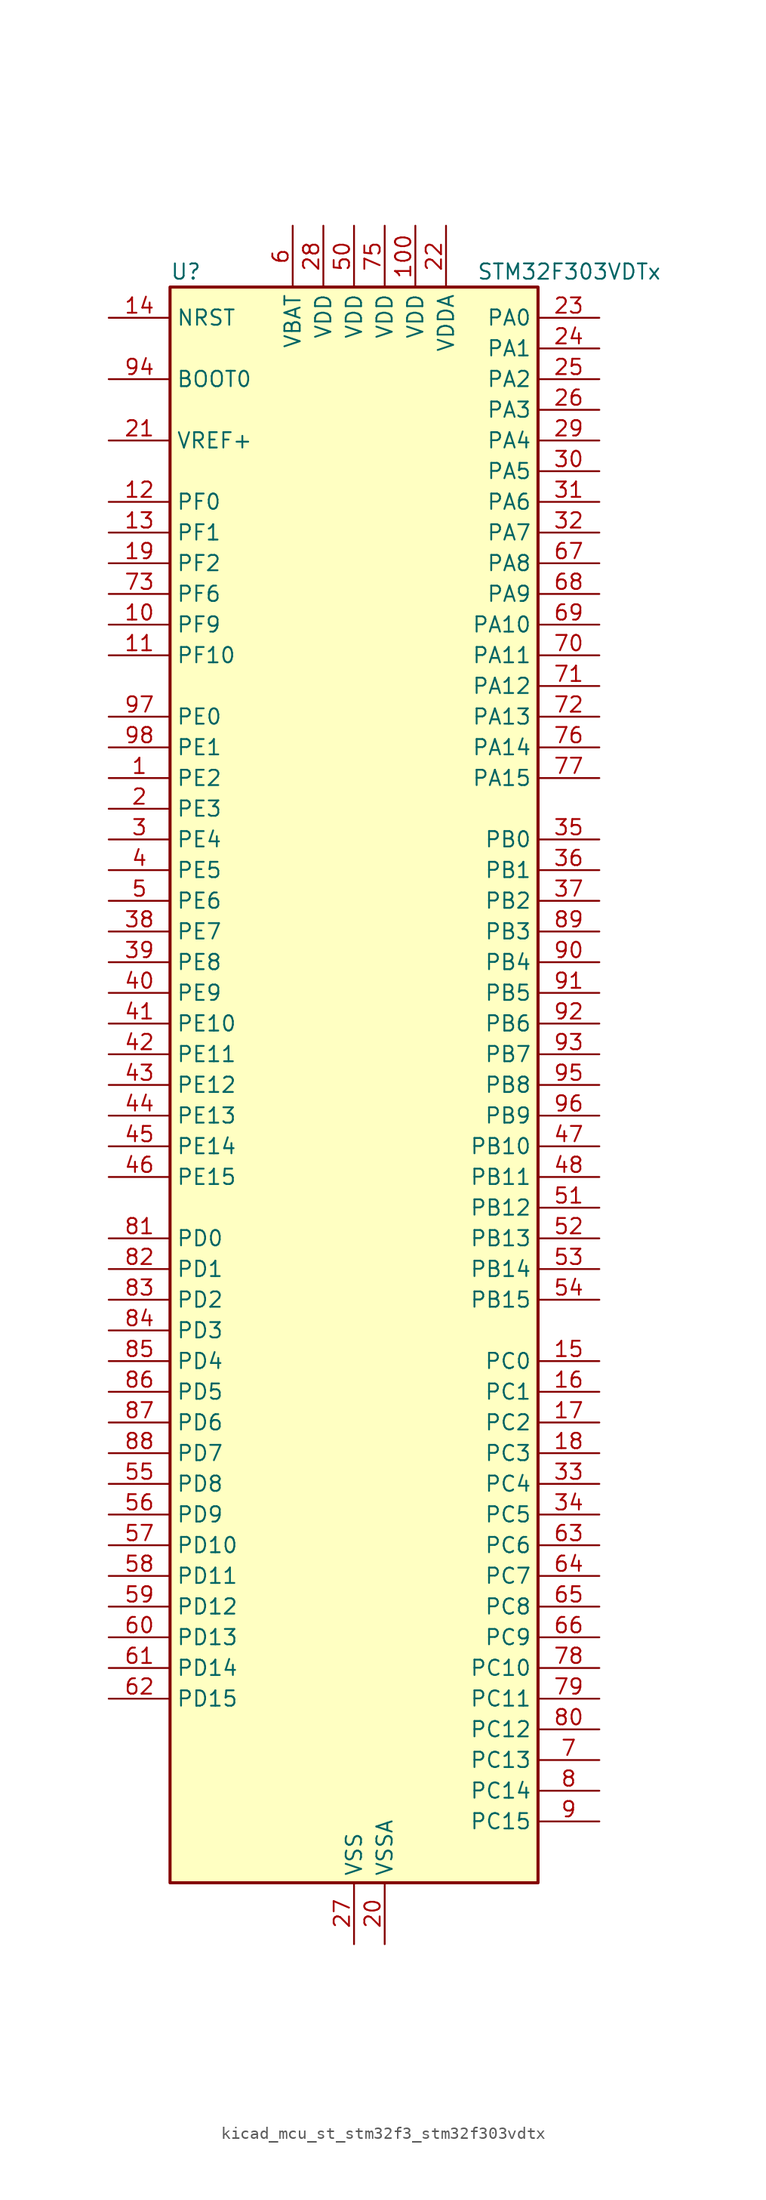
<source format=kicad_sym>
(kicad_symbol_lib
  (version 20220914)
  (generator kicad_symbol_editor)
  (symbol "kicad_mcu_st_stm32f3_stm32f303vdtx"
    (property "Reference" "U"
      (at -15.24 67.31 0)
      (effects (font (size 1.27 1.27)) (justify left)))
    (property "Value" "STM32F303VDTx"
      (at 10.16 67.31 0)
      (effects (font (size 1.27 1.27)) (justify left)))
    (property "ki_locked" ""
      (at 0 0 0)
      (effects (font (size 1.27 1.27))))
    (symbol "kicad_mcu_st_stm32f3_stm32f303vdtx_0_1"
      (rectangle (start -15.24 -66.04) (end 15.24 66.04) (stroke (width 0.254) (type default)) (fill (type background))))
    (symbol "kicad_mcu_st_stm32f3_stm32f303vdtx_1_1"
      (pin bidirectional line (at -20.32 25.4 0) (length 5.08) (name "PE2" (effects (font (size 1.27 1.27)))) (number "1" (effects (font (size 1.27 1.27)))) (alternate "ADC3_EXTI2" bidirectional line) (alternate "ADC4_EXTI2" bidirectional line) (alternate "FMC_A23" bidirectional line) (alternate "SPI4_SCK" bidirectional line) (alternate "SYS_TRACECK" bidirectional line) (alternate "TIM20_CH1" bidirectional line) (alternate "TIM3_CH1" bidirectional line) (alternate "TSC_G7_IO1" bidirectional line))
      (pin bidirectional line (at -20.32 38.1 0) (length 5.08) (name "PF9" (effects (font (size 1.27 1.27)))) (number "10" (effects (font (size 1.27 1.27)))) (alternate "DAC1_EXTI9" bidirectional line) (alternate "FMC_CD" bidirectional line) (alternate "SPI2_SCK" bidirectional line) (alternate "TIM15_CH1" bidirectional line) (alternate "TIM20_BKIN" bidirectional line))
      (pin power_in line (at 5.08 71.12 270) (length 5.08) (name "VDD" (effects (font (size 1.27 1.27)))) (number "100" (effects (font (size 1.27 1.27)))))
      (pin bidirectional line (at -20.32 35.56 0) (length 5.08) (name "PF10" (effects (font (size 1.27 1.27)))) (number "11" (effects (font (size 1.27 1.27)))) (alternate "FMC_INTR" bidirectional line) (alternate "SPI2_SCK" bidirectional line) (alternate "TIM15_CH2" bidirectional line) (alternate "TIM20_BKIN2" bidirectional line))
      (pin bidirectional line (at -20.32 48.26 0) (length 5.08) (name "PF0" (effects (font (size 1.27 1.27)))) (number "12" (effects (font (size 1.27 1.27)))) (alternate "I2C2_SDA" bidirectional line) (alternate "I2S2_WS" bidirectional line) (alternate "RCC_OSC_IN" bidirectional line) (alternate "SPI2_NSS" bidirectional line) (alternate "TIM1_CH3N" bidirectional line))
      (pin bidirectional line (at -20.32 45.72 0) (length 5.08) (name "PF1" (effects (font (size 1.27 1.27)))) (number "13" (effects (font (size 1.27 1.27)))) (alternate "I2C2_SCL" bidirectional line) (alternate "I2S2_CK" bidirectional line) (alternate "RCC_OSC_OUT" bidirectional line) (alternate "SPI2_SCK" bidirectional line))
      (pin input line (at -20.32 63.5 0) (length 5.08) (name "NRST" (effects (font (size 1.27 1.27)))) (number "14" (effects (font (size 1.27 1.27)))))
      (pin bidirectional line (at 20.32 -22.86 180) (length 5.08) (name "PC0" (effects (font (size 1.27 1.27)))) (number "15" (effects (font (size 1.27 1.27)))) (alternate "ADC1_IN6" bidirectional line) (alternate "ADC2_IN6" bidirectional line) (alternate "COMP7_INM" bidirectional line) (alternate "TIM1_CH1" bidirectional line))
      (pin bidirectional line (at 20.32 -25.4 180) (length 5.08) (name "PC1" (effects (font (size 1.27 1.27)))) (number "16" (effects (font (size 1.27 1.27)))) (alternate "ADC1_IN7" bidirectional line) (alternate "ADC2_IN7" bidirectional line) (alternate "COMP7_INP" bidirectional line) (alternate "TIM1_CH2" bidirectional line))
      (pin bidirectional line (at 20.32 -27.94 180) (length 5.08) (name "PC2" (effects (font (size 1.27 1.27)))) (number "17" (effects (font (size 1.27 1.27)))) (alternate "ADC1_IN8" bidirectional line) (alternate "ADC2_IN8" bidirectional line) (alternate "ADC3_EXTI2" bidirectional line) (alternate "ADC4_EXTI2" bidirectional line) (alternate "COMP7_OUT" bidirectional line) (alternate "TIM1_CH3" bidirectional line))
      (pin bidirectional line (at 20.32 -30.48 180) (length 5.08) (name "PC3" (effects (font (size 1.27 1.27)))) (number "18" (effects (font (size 1.27 1.27)))) (alternate "ADC1_IN9" bidirectional line) (alternate "ADC2_IN9" bidirectional line) (alternate "TIM1_BKIN2" bidirectional line) (alternate "TIM1_CH4" bidirectional line))
      (pin bidirectional line (at -20.32 43.18 0) (length 5.08) (name "PF2" (effects (font (size 1.27 1.27)))) (number "19" (effects (font (size 1.27 1.27)))) (alternate "ADC1_IN10" bidirectional line) (alternate "ADC2_IN10" bidirectional line) (alternate "ADC3_EXTI2" bidirectional line) (alternate "ADC4_EXTI2" bidirectional line) (alternate "FMC_A2" bidirectional line) (alternate "TIM20_CH3" bidirectional line))
      (pin bidirectional line (at -20.32 22.86 0) (length 5.08) (name "PE3" (effects (font (size 1.27 1.27)))) (number "2" (effects (font (size 1.27 1.27)))) (alternate "FMC_A19" bidirectional line) (alternate "SPI4_NSS" bidirectional line) (alternate "SYS_TRACED0" bidirectional line) (alternate "TIM20_CH2" bidirectional line) (alternate "TIM3_CH2" bidirectional line) (alternate "TSC_G7_IO2" bidirectional line))
      (pin power_in line (at 2.54 -71.12 90) (length 5.08) (name "VSSA" (effects (font (size 1.27 1.27)))) (number "20" (effects (font (size 1.27 1.27)))))
      (pin input line (at -20.32 53.34 0) (length 5.08) (name "VREF+" (effects (font (size 1.27 1.27)))) (number "21" (effects (font (size 1.27 1.27)))))
      (pin power_in line (at 7.62 71.12 270) (length 5.08) (name "VDDA" (effects (font (size 1.27 1.27)))) (number "22" (effects (font (size 1.27 1.27)))))
      (pin bidirectional line (at 20.32 63.5 180) (length 5.08) (name "PA0" (effects (font (size 1.27 1.27)))) (number "23" (effects (font (size 1.27 1.27)))) (alternate "ADC1_IN1" bidirectional line) (alternate "COMP1_INM" bidirectional line) (alternate "COMP1_OUT" bidirectional line) (alternate "RTC_TAMP2" bidirectional line) (alternate "SYS_WKUP1" bidirectional line) (alternate "TIM2_CH1" bidirectional line) (alternate "TIM2_ETR" bidirectional line) (alternate "TIM8_BKIN" bidirectional line) (alternate "TIM8_ETR" bidirectional line) (alternate "TSC_G1_IO1" bidirectional line) (alternate "USART2_CTS" bidirectional line))
      (pin bidirectional line (at 20.32 60.96 180) (length 5.08) (name "PA1" (effects (font (size 1.27 1.27)))) (number "24" (effects (font (size 1.27 1.27)))) (alternate "ADC1_IN2" bidirectional line) (alternate "COMP1_INP" bidirectional line) (alternate "OPAMP1_VINP" bidirectional line) (alternate "OPAMP1_VINP_SEC" bidirectional line) (alternate "OPAMP3_VINP" bidirectional line) (alternate "OPAMP3_VINP_SEC" bidirectional line) (alternate "RTC_REFIN" bidirectional line) (alternate "TIM15_CH1N" bidirectional line) (alternate "TIM2_CH2" bidirectional line) (alternate "TSC_G1_IO2" bidirectional line) (alternate "USART2_DE" bidirectional line) (alternate "USART2_RTS" bidirectional line))
      (pin bidirectional line (at 20.32 58.42 180) (length 5.08) (name "PA2" (effects (font (size 1.27 1.27)))) (number "25" (effects (font (size 1.27 1.27)))) (alternate "ADC1_IN3" bidirectional line) (alternate "ADC3_EXTI2" bidirectional line) (alternate "ADC4_EXTI2" bidirectional line) (alternate "COMP2_INM" bidirectional line) (alternate "COMP2_OUT" bidirectional line) (alternate "OPAMP1_VOUT" bidirectional line) (alternate "TIM15_CH1" bidirectional line) (alternate "TIM2_CH3" bidirectional line) (alternate "TSC_G1_IO3" bidirectional line) (alternate "USART2_TX" bidirectional line))
      (pin bidirectional line (at 20.32 55.88 180) (length 5.08) (name "PA3" (effects (font (size 1.27 1.27)))) (number "26" (effects (font (size 1.27 1.27)))) (alternate "ADC1_IN4" bidirectional line) (alternate "OPAMP1_VINM" bidirectional line) (alternate "OPAMP1_VINM_SEC" bidirectional line) (alternate "OPAMP1_VINP" bidirectional line) (alternate "OPAMP1_VINP_SEC" bidirectional line) (alternate "TIM15_CH2" bidirectional line) (alternate "TIM2_CH4" bidirectional line) (alternate "TSC_G1_IO4" bidirectional line) (alternate "USART2_RX" bidirectional line))
      (pin power_in line (at 0 -71.12 90) (length 5.08) (name "VSS" (effects (font (size 1.27 1.27)))) (number "27" (effects (font (size 1.27 1.27)))))
      (pin power_in line (at -2.54 71.12 270) (length 5.08) (name "VDD" (effects (font (size 1.27 1.27)))) (number "28" (effects (font (size 1.27 1.27)))))
      (pin bidirectional line (at 20.32 53.34 180) (length 5.08) (name "PA4" (effects (font (size 1.27 1.27)))) (number "29" (effects (font (size 1.27 1.27)))) (alternate "ADC2_IN1" bidirectional line) (alternate "COMP1_INM" bidirectional line) (alternate "COMP2_INM" bidirectional line) (alternate "COMP3_INM" bidirectional line) (alternate "COMP4_INM" bidirectional line) (alternate "COMP5_INM" bidirectional line) (alternate "COMP6_INM" bidirectional line) (alternate "COMP7_INM" bidirectional line) (alternate "DAC1_OUT1" bidirectional line) (alternate "I2S3_WS" bidirectional line) (alternate "OPAMP4_VINP" bidirectional line) (alternate "OPAMP4_VINP_SEC" bidirectional line) (alternate "SPI1_NSS" bidirectional line) (alternate "SPI3_NSS" bidirectional line) (alternate "TIM3_CH2" bidirectional line) (alternate "TSC_G2_IO1" bidirectional line) (alternate "USART2_CK" bidirectional line))
      (pin bidirectional line (at -20.32 20.32 0) (length 5.08) (name "PE4" (effects (font (size 1.27 1.27)))) (number "3" (effects (font (size 1.27 1.27)))) (alternate "FMC_A20" bidirectional line) (alternate "SPI4_NSS" bidirectional line) (alternate "SYS_TRACED1" bidirectional line) (alternate "TIM20_CH1N" bidirectional line) (alternate "TIM3_CH3" bidirectional line) (alternate "TSC_G7_IO3" bidirectional line))
      (pin bidirectional line (at 20.32 50.8 180) (length 5.08) (name "PA5" (effects (font (size 1.27 1.27)))) (number "30" (effects (font (size 1.27 1.27)))) (alternate "ADC2_IN2" bidirectional line) (alternate "COMP1_INM" bidirectional line) (alternate "COMP2_INM" bidirectional line) (alternate "COMP3_INM" bidirectional line) (alternate "COMP4_INM" bidirectional line) (alternate "COMP5_INM" bidirectional line) (alternate "COMP6_INM" bidirectional line) (alternate "COMP7_INM" bidirectional line) (alternate "DAC1_OUT2" bidirectional line) (alternate "OPAMP1_VINP" bidirectional line) (alternate "OPAMP1_VINP_SEC" bidirectional line) (alternate "OPAMP2_VINM" bidirectional line) (alternate "OPAMP2_VINM_SEC" bidirectional line) (alternate "OPAMP3_VINP" bidirectional line) (alternate "OPAMP3_VINP_SEC" bidirectional line) (alternate "SPI1_SCK" bidirectional line) (alternate "TIM2_CH1" bidirectional line) (alternate "TIM2_ETR" bidirectional line) (alternate "TSC_G2_IO2" bidirectional line))
      (pin bidirectional line (at 20.32 48.26 180) (length 5.08) (name "PA6" (effects (font (size 1.27 1.27)))) (number "31" (effects (font (size 1.27 1.27)))) (alternate "ADC2_IN3" bidirectional line) (alternate "COMP1_OUT" bidirectional line) (alternate "OPAMP2_VOUT" bidirectional line) (alternate "SPI1_MISO" bidirectional line) (alternate "TIM16_CH1" bidirectional line) (alternate "TIM1_BKIN" bidirectional line) (alternate "TIM3_CH1" bidirectional line) (alternate "TIM8_BKIN" bidirectional line) (alternate "TSC_G2_IO3" bidirectional line))
      (pin bidirectional line (at 20.32 45.72 180) (length 5.08) (name "PA7" (effects (font (size 1.27 1.27)))) (number "32" (effects (font (size 1.27 1.27)))) (alternate "ADC2_IN4" bidirectional line) (alternate "COMP2_INP" bidirectional line) (alternate "OPAMP1_VINP" bidirectional line) (alternate "OPAMP1_VINP_SEC" bidirectional line) (alternate "OPAMP2_VINP" bidirectional line) (alternate "OPAMP2_VINP_SEC" bidirectional line) (alternate "SPI1_MOSI" bidirectional line) (alternate "TIM17_CH1" bidirectional line) (alternate "TIM1_CH1N" bidirectional line) (alternate "TIM3_CH2" bidirectional line) (alternate "TIM8_CH1N" bidirectional line) (alternate "TSC_G2_IO4" bidirectional line))
      (pin bidirectional line (at 20.32 -33.02 180) (length 5.08) (name "PC4" (effects (font (size 1.27 1.27)))) (number "33" (effects (font (size 1.27 1.27)))) (alternate "ADC2_IN5" bidirectional line) (alternate "TIM1_ETR" bidirectional line) (alternate "USART1_TX" bidirectional line))
      (pin bidirectional line (at 20.32 -35.56 180) (length 5.08) (name "PC5" (effects (font (size 1.27 1.27)))) (number "34" (effects (font (size 1.27 1.27)))) (alternate "ADC2_IN11" bidirectional line) (alternate "OPAMP1_VINM" bidirectional line) (alternate "OPAMP1_VINM_SEC" bidirectional line) (alternate "OPAMP2_VINM" bidirectional line) (alternate "OPAMP2_VINM_SEC" bidirectional line) (alternate "TIM15_BKIN" bidirectional line) (alternate "TSC_G3_IO1" bidirectional line) (alternate "USART1_RX" bidirectional line))
      (pin bidirectional line (at 20.32 20.32 180) (length 5.08) (name "PB0" (effects (font (size 1.27 1.27)))) (number "35" (effects (font (size 1.27 1.27)))) (alternate "ADC3_IN12" bidirectional line) (alternate "COMP4_INP" bidirectional line) (alternate "OPAMP2_VINP" bidirectional line) (alternate "OPAMP2_VINP_SEC" bidirectional line) (alternate "OPAMP3_VINP" bidirectional line) (alternate "OPAMP3_VINP_SEC" bidirectional line) (alternate "TIM1_CH2N" bidirectional line) (alternate "TIM3_CH3" bidirectional line) (alternate "TIM8_CH2N" bidirectional line) (alternate "TSC_G3_IO2" bidirectional line))
      (pin bidirectional line (at 20.32 17.78 180) (length 5.08) (name "PB1" (effects (font (size 1.27 1.27)))) (number "36" (effects (font (size 1.27 1.27)))) (alternate "ADC3_IN1" bidirectional line) (alternate "COMP4_OUT" bidirectional line) (alternate "OPAMP3_VOUT" bidirectional line) (alternate "TIM1_CH3N" bidirectional line) (alternate "TIM3_CH4" bidirectional line) (alternate "TIM8_CH3N" bidirectional line) (alternate "TSC_G3_IO3" bidirectional line))
      (pin bidirectional line (at 20.32 15.24 180) (length 5.08) (name "PB2" (effects (font (size 1.27 1.27)))) (number "37" (effects (font (size 1.27 1.27)))) (alternate "ADC2_IN12" bidirectional line) (alternate "ADC3_EXTI2" bidirectional line) (alternate "ADC4_EXTI2" bidirectional line) (alternate "COMP4_INM" bidirectional line) (alternate "OPAMP3_VINM" bidirectional line) (alternate "OPAMP3_VINM_SEC" bidirectional line) (alternate "TSC_G3_IO4" bidirectional line))
      (pin bidirectional line (at -20.32 12.7 0) (length 5.08) (name "PE7" (effects (font (size 1.27 1.27)))) (number "38" (effects (font (size 1.27 1.27)))) (alternate "ADC3_IN13" bidirectional line) (alternate "FMC_D4" bidirectional line) (alternate "FMC_DA4" bidirectional line) (alternate "TIM1_ETR" bidirectional line))
      (pin bidirectional line (at -20.32 10.16 0) (length 5.08) (name "PE8" (effects (font (size 1.27 1.27)))) (number "39" (effects (font (size 1.27 1.27)))) (alternate "ADC3_IN6" bidirectional line) (alternate "ADC4_IN6" bidirectional line) (alternate "COMP4_INM" bidirectional line) (alternate "FMC_D5" bidirectional line) (alternate "FMC_DA5" bidirectional line) (alternate "TIM1_CH1N" bidirectional line))
      (pin bidirectional line (at -20.32 17.78 0) (length 5.08) (name "PE5" (effects (font (size 1.27 1.27)))) (number "4" (effects (font (size 1.27 1.27)))) (alternate "FMC_A21" bidirectional line) (alternate "SPI4_MISO" bidirectional line) (alternate "SYS_TRACED2" bidirectional line) (alternate "TIM20_CH2N" bidirectional line) (alternate "TIM3_CH4" bidirectional line) (alternate "TSC_G7_IO4" bidirectional line))
      (pin bidirectional line (at -20.32 7.62 0) (length 5.08) (name "PE9" (effects (font (size 1.27 1.27)))) (number "40" (effects (font (size 1.27 1.27)))) (alternate "ADC3_IN2" bidirectional line) (alternate "DAC1_EXTI9" bidirectional line) (alternate "FMC_D6" bidirectional line) (alternate "FMC_DA6" bidirectional line) (alternate "TIM1_CH1" bidirectional line))
      (pin bidirectional line (at -20.32 5.08 0) (length 5.08) (name "PE10" (effects (font (size 1.27 1.27)))) (number "41" (effects (font (size 1.27 1.27)))) (alternate "ADC3_IN14" bidirectional line) (alternate "FMC_D7" bidirectional line) (alternate "FMC_DA7" bidirectional line) (alternate "TIM1_CH2N" bidirectional line))
      (pin bidirectional line (at -20.32 2.54 0) (length 5.08) (name "PE11" (effects (font (size 1.27 1.27)))) (number "42" (effects (font (size 1.27 1.27)))) (alternate "ADC1_EXTI11" bidirectional line) (alternate "ADC2_EXTI11" bidirectional line) (alternate "ADC3_IN15" bidirectional line) (alternate "FMC_D8" bidirectional line) (alternate "FMC_DA8" bidirectional line) (alternate "SPI4_NSS" bidirectional line) (alternate "TIM1_CH2" bidirectional line))
      (pin bidirectional line (at -20.32 0 0) (length 5.08) (name "PE12" (effects (font (size 1.27 1.27)))) (number "43" (effects (font (size 1.27 1.27)))) (alternate "ADC3_IN16" bidirectional line) (alternate "FMC_D9" bidirectional line) (alternate "FMC_DA9" bidirectional line) (alternate "SPI4_SCK" bidirectional line) (alternate "TIM1_CH3N" bidirectional line))
      (pin bidirectional line (at -20.32 -2.54 0) (length 5.08) (name "PE13" (effects (font (size 1.27 1.27)))) (number "44" (effects (font (size 1.27 1.27)))) (alternate "ADC3_IN3" bidirectional line) (alternate "FMC_D10" bidirectional line) (alternate "FMC_DA10" bidirectional line) (alternate "SPI4_MISO" bidirectional line) (alternate "TIM1_CH3" bidirectional line))
      (pin bidirectional line (at -20.32 -5.08 0) (length 5.08) (name "PE14" (effects (font (size 1.27 1.27)))) (number "45" (effects (font (size 1.27 1.27)))) (alternate "ADC4_IN1" bidirectional line) (alternate "FMC_D11" bidirectional line) (alternate "FMC_DA11" bidirectional line) (alternate "SPI4_MOSI" bidirectional line) (alternate "TIM1_BKIN2" bidirectional line) (alternate "TIM1_CH4" bidirectional line))
      (pin bidirectional line (at -20.32 -7.62 0) (length 5.08) (name "PE15" (effects (font (size 1.27 1.27)))) (number "46" (effects (font (size 1.27 1.27)))) (alternate "ADC1_EXTI15" bidirectional line) (alternate "ADC2_EXTI15" bidirectional line) (alternate "ADC3_EXTI15" bidirectional line) (alternate "ADC4_EXTI15" bidirectional line) (alternate "ADC4_IN2" bidirectional line) (alternate "FMC_D12" bidirectional line) (alternate "FMC_DA12" bidirectional line) (alternate "TIM1_BKIN" bidirectional line) (alternate "USART3_RX" bidirectional line))
      (pin bidirectional line (at 20.32 -5.08 180) (length 5.08) (name "PB10" (effects (font (size 1.27 1.27)))) (number "47" (effects (font (size 1.27 1.27)))) (alternate "COMP5_INM" bidirectional line) (alternate "OPAMP3_VINM" bidirectional line) (alternate "OPAMP3_VINM_SEC" bidirectional line) (alternate "OPAMP4_VINM" bidirectional line) (alternate "OPAMP4_VINM_SEC" bidirectional line) (alternate "TIM2_CH3" bidirectional line) (alternate "TSC_SYNC" bidirectional line) (alternate "USART3_TX" bidirectional line))
      (pin bidirectional line (at 20.32 -7.62 180) (length 5.08) (name "PB11" (effects (font (size 1.27 1.27)))) (number "48" (effects (font (size 1.27 1.27)))) (alternate "ADC1_EXTI11" bidirectional line) (alternate "ADC1_IN14" bidirectional line) (alternate "ADC2_EXTI11" bidirectional line) (alternate "ADC2_IN14" bidirectional line) (alternate "COMP6_INP" bidirectional line) (alternate "OPAMP4_VINP" bidirectional line) (alternate "OPAMP4_VINP_SEC" bidirectional line) (alternate "TIM2_CH4" bidirectional line) (alternate "TSC_G6_IO1" bidirectional line) (alternate "USART3_RX" bidirectional line))
      (pin passive line (at 0 -71.12 90) (length 5.08) hide (name "VSS" (effects (font (size 1.27 1.27)))) (number "49" (effects (font (size 1.27 1.27)))))
      (pin bidirectional line (at -20.32 15.24 0) (length 5.08) (name "PE6" (effects (font (size 1.27 1.27)))) (number "5" (effects (font (size 1.27 1.27)))) (alternate "FMC_A22" bidirectional line) (alternate "RTC_TAMP3" bidirectional line) (alternate "SPI4_MOSI" bidirectional line) (alternate "SYS_TRACED3" bidirectional line) (alternate "SYS_WKUP3" bidirectional line) (alternate "TIM20_CH3N" bidirectional line))
      (pin power_in line (at 0 71.12 270) (length 5.08) (name "VDD" (effects (font (size 1.27 1.27)))) (number "50" (effects (font (size 1.27 1.27)))))
      (pin bidirectional line (at 20.32 -10.16 180) (length 5.08) (name "PB12" (effects (font (size 1.27 1.27)))) (number "51" (effects (font (size 1.27 1.27)))) (alternate "ADC4_IN3" bidirectional line) (alternate "COMP3_INM" bidirectional line) (alternate "I2C2_SMBA" bidirectional line) (alternate "I2S2_WS" bidirectional line) (alternate "OPAMP4_VOUT" bidirectional line) (alternate "SPI2_NSS" bidirectional line) (alternate "TIM1_BKIN" bidirectional line) (alternate "TSC_G6_IO2" bidirectional line) (alternate "USART3_CK" bidirectional line))
      (pin bidirectional line (at 20.32 -12.7 180) (length 5.08) (name "PB13" (effects (font (size 1.27 1.27)))) (number "52" (effects (font (size 1.27 1.27)))) (alternate "ADC3_IN5" bidirectional line) (alternate "COMP5_INP" bidirectional line) (alternate "I2S2_CK" bidirectional line) (alternate "OPAMP3_VINP" bidirectional line) (alternate "OPAMP3_VINP_SEC" bidirectional line) (alternate "OPAMP4_VINP" bidirectional line) (alternate "OPAMP4_VINP_SEC" bidirectional line) (alternate "SPI2_SCK" bidirectional line) (alternate "TIM1_CH1N" bidirectional line) (alternate "TSC_G6_IO3" bidirectional line) (alternate "USART3_CTS" bidirectional line))
      (pin bidirectional line (at 20.32 -15.24 180) (length 5.08) (name "PB14" (effects (font (size 1.27 1.27)))) (number "53" (effects (font (size 1.27 1.27)))) (alternate "ADC4_IN4" bidirectional line) (alternate "COMP3_INP" bidirectional line) (alternate "I2S2_ext_SD" bidirectional line) (alternate "OPAMP2_VINP" bidirectional line) (alternate "OPAMP2_VINP_SEC" bidirectional line) (alternate "SPI2_MISO" bidirectional line) (alternate "TIM15_CH1" bidirectional line) (alternate "TIM1_CH2N" bidirectional line) (alternate "TSC_G6_IO4" bidirectional line) (alternate "USART3_DE" bidirectional line) (alternate "USART3_RTS" bidirectional line))
      (pin bidirectional line (at 20.32 -17.78 180) (length 5.08) (name "PB15" (effects (font (size 1.27 1.27)))) (number "54" (effects (font (size 1.27 1.27)))) (alternate "ADC1_EXTI15" bidirectional line) (alternate "ADC2_EXTI15" bidirectional line) (alternate "ADC3_EXTI15" bidirectional line) (alternate "ADC4_EXTI15" bidirectional line) (alternate "ADC4_IN5" bidirectional line) (alternate "COMP6_INM" bidirectional line) (alternate "I2S2_SD" bidirectional line) (alternate "RTC_REFIN" bidirectional line) (alternate "SPI2_MOSI" bidirectional line) (alternate "TIM15_CH1N" bidirectional line) (alternate "TIM15_CH2" bidirectional line) (alternate "TIM1_CH3N" bidirectional line))
      (pin bidirectional line (at -20.32 -33.02 0) (length 5.08) (name "PD8" (effects (font (size 1.27 1.27)))) (number "55" (effects (font (size 1.27 1.27)))) (alternate "ADC4_IN12" bidirectional line) (alternate "FMC_D13" bidirectional line) (alternate "FMC_DA13" bidirectional line) (alternate "OPAMP4_VINM" bidirectional line) (alternate "OPAMP4_VINM_SEC" bidirectional line) (alternate "USART3_TX" bidirectional line))
      (pin bidirectional line (at -20.32 -35.56 0) (length 5.08) (name "PD9" (effects (font (size 1.27 1.27)))) (number "56" (effects (font (size 1.27 1.27)))) (alternate "ADC4_IN13" bidirectional line) (alternate "DAC1_EXTI9" bidirectional line) (alternate "FMC_D14" bidirectional line) (alternate "FMC_DA14" bidirectional line) (alternate "USART3_RX" bidirectional line))
      (pin bidirectional line (at -20.32 -38.1 0) (length 5.08) (name "PD10" (effects (font (size 1.27 1.27)))) (number "57" (effects (font (size 1.27 1.27)))) (alternate "ADC3_IN7" bidirectional line) (alternate "ADC4_IN7" bidirectional line) (alternate "COMP6_INM" bidirectional line) (alternate "FMC_D15" bidirectional line) (alternate "FMC_DA15" bidirectional line) (alternate "USART3_CK" bidirectional line))
      (pin bidirectional line (at -20.32 -40.64 0) (length 5.08) (name "PD11" (effects (font (size 1.27 1.27)))) (number "58" (effects (font (size 1.27 1.27)))) (alternate "ADC1_EXTI11" bidirectional line) (alternate "ADC2_EXTI11" bidirectional line) (alternate "ADC3_IN8" bidirectional line) (alternate "ADC4_IN8" bidirectional line) (alternate "FMC_A16" bidirectional line) (alternate "FMC_CLE" bidirectional line) (alternate "OPAMP4_VINP" bidirectional line) (alternate "OPAMP4_VINP_SEC" bidirectional line) (alternate "USART3_CTS" bidirectional line))
      (pin bidirectional line (at -20.32 -43.18 0) (length 5.08) (name "PD12" (effects (font (size 1.27 1.27)))) (number "59" (effects (font (size 1.27 1.27)))) (alternate "ADC3_IN9" bidirectional line) (alternate "ADC4_IN9" bidirectional line) (alternate "FMC_A17" bidirectional line) (alternate "FMC_ALE" bidirectional line) (alternate "TIM4_CH1" bidirectional line) (alternate "TSC_G8_IO1" bidirectional line) (alternate "USART3_DE" bidirectional line) (alternate "USART3_RTS" bidirectional line))
      (pin power_in line (at -5.08 71.12 270) (length 5.08) (name "VBAT" (effects (font (size 1.27 1.27)))) (number "6" (effects (font (size 1.27 1.27)))))
      (pin bidirectional line (at -20.32 -45.72 0) (length 5.08) (name "PD13" (effects (font (size 1.27 1.27)))) (number "60" (effects (font (size 1.27 1.27)))) (alternate "ADC3_IN10" bidirectional line) (alternate "ADC4_IN10" bidirectional line) (alternate "COMP5_INM" bidirectional line) (alternate "FMC_A18" bidirectional line) (alternate "TIM4_CH2" bidirectional line) (alternate "TSC_G8_IO2" bidirectional line))
      (pin bidirectional line (at -20.32 -48.26 0) (length 5.08) (name "PD14" (effects (font (size 1.27 1.27)))) (number "61" (effects (font (size 1.27 1.27)))) (alternate "ADC3_IN11" bidirectional line) (alternate "ADC4_IN11" bidirectional line) (alternate "FMC_D0" bidirectional line) (alternate "FMC_DA0" bidirectional line) (alternate "OPAMP2_VINP" bidirectional line) (alternate "OPAMP2_VINP_SEC" bidirectional line) (alternate "TIM4_CH3" bidirectional line) (alternate "TSC_G8_IO3" bidirectional line))
      (pin bidirectional line (at -20.32 -50.8 0) (length 5.08) (name "PD15" (effects (font (size 1.27 1.27)))) (number "62" (effects (font (size 1.27 1.27)))) (alternate "ADC1_EXTI15" bidirectional line) (alternate "ADC2_EXTI15" bidirectional line) (alternate "ADC3_EXTI15" bidirectional line) (alternate "ADC4_EXTI15" bidirectional line) (alternate "COMP3_INM" bidirectional line) (alternate "FMC_D1" bidirectional line) (alternate "FMC_DA1" bidirectional line) (alternate "SPI2_NSS" bidirectional line) (alternate "TIM4_CH4" bidirectional line) (alternate "TSC_G8_IO4" bidirectional line))
      (pin bidirectional line (at 20.32 -38.1 180) (length 5.08) (name "PC6" (effects (font (size 1.27 1.27)))) (number "63" (effects (font (size 1.27 1.27)))) (alternate "COMP6_OUT" bidirectional line) (alternate "I2S2_MCK" bidirectional line) (alternate "TIM3_CH1" bidirectional line) (alternate "TIM8_CH1" bidirectional line))
      (pin bidirectional line (at 20.32 -40.64 180) (length 5.08) (name "PC7" (effects (font (size 1.27 1.27)))) (number "64" (effects (font (size 1.27 1.27)))) (alternate "COMP5_OUT" bidirectional line) (alternate "I2S3_MCK" bidirectional line) (alternate "TIM3_CH2" bidirectional line) (alternate "TIM8_CH2" bidirectional line))
      (pin bidirectional line (at 20.32 -43.18 180) (length 5.08) (name "PC8" (effects (font (size 1.27 1.27)))) (number "65" (effects (font (size 1.27 1.27)))) (alternate "COMP3_OUT" bidirectional line) (alternate "TIM3_CH3" bidirectional line) (alternate "TIM8_CH3" bidirectional line))
      (pin bidirectional line (at 20.32 -45.72 180) (length 5.08) (name "PC9" (effects (font (size 1.27 1.27)))) (number "66" (effects (font (size 1.27 1.27)))) (alternate "DAC1_EXTI9" bidirectional line) (alternate "I2C3_SDA" bidirectional line) (alternate "I2S_CKIN" bidirectional line) (alternate "TIM3_CH4" bidirectional line) (alternate "TIM8_BKIN2" bidirectional line) (alternate "TIM8_CH4" bidirectional line))
      (pin bidirectional line (at 20.32 43.18 180) (length 5.08) (name "PA8" (effects (font (size 1.27 1.27)))) (number "67" (effects (font (size 1.27 1.27)))) (alternate "COMP3_OUT" bidirectional line) (alternate "I2C2_SMBA" bidirectional line) (alternate "I2C3_SCL" bidirectional line) (alternate "I2S2_MCK" bidirectional line) (alternate "RCC_MCO" bidirectional line) (alternate "TIM1_CH1" bidirectional line) (alternate "TIM4_ETR" bidirectional line) (alternate "USART1_CK" bidirectional line))
      (pin bidirectional line (at 20.32 40.64 180) (length 5.08) (name "PA9" (effects (font (size 1.27 1.27)))) (number "68" (effects (font (size 1.27 1.27)))) (alternate "COMP5_OUT" bidirectional line) (alternate "DAC1_EXTI9" bidirectional line) (alternate "I2C2_SCL" bidirectional line) (alternate "I2C3_SMBA" bidirectional line) (alternate "I2S3_MCK" bidirectional line) (alternate "TIM15_BKIN" bidirectional line) (alternate "TIM1_CH2" bidirectional line) (alternate "TIM2_CH3" bidirectional line) (alternate "TSC_G4_IO1" bidirectional line) (alternate "USART1_TX" bidirectional line))
      (pin bidirectional line (at 20.32 38.1 180) (length 5.08) (name "PA10" (effects (font (size 1.27 1.27)))) (number "69" (effects (font (size 1.27 1.27)))) (alternate "COMP6_OUT" bidirectional line) (alternate "I2C2_SDA" bidirectional line) (alternate "I2S2_ext_SD" bidirectional line) (alternate "SPI2_MISO" bidirectional line) (alternate "TIM17_BKIN" bidirectional line) (alternate "TIM1_CH3" bidirectional line) (alternate "TIM2_CH4" bidirectional line) (alternate "TIM8_BKIN" bidirectional line) (alternate "TSC_G4_IO2" bidirectional line) (alternate "USART1_RX" bidirectional line))
      (pin bidirectional line (at 20.32 -55.88 180) (length 5.08) (name "PC13" (effects (font (size 1.27 1.27)))) (number "7" (effects (font (size 1.27 1.27)))) (alternate "RTC_OUT_ALARM" bidirectional line) (alternate "RTC_OUT_CALIB" bidirectional line) (alternate "RTC_TAMP1" bidirectional line) (alternate "RTC_TS" bidirectional line) (alternate "SYS_WKUP2" bidirectional line) (alternate "TIM1_CH1N" bidirectional line))
      (pin bidirectional line (at 20.32 35.56 180) (length 5.08) (name "PA11" (effects (font (size 1.27 1.27)))) (number "70" (effects (font (size 1.27 1.27)))) (alternate "ADC1_EXTI11" bidirectional line) (alternate "ADC2_EXTI11" bidirectional line) (alternate "CAN_RX" bidirectional line) (alternate "COMP1_OUT" bidirectional line) (alternate "I2S2_SD" bidirectional line) (alternate "SPI2_MOSI" bidirectional line) (alternate "TIM1_BKIN2" bidirectional line) (alternate "TIM1_CH1N" bidirectional line) (alternate "TIM1_CH4" bidirectional line) (alternate "TIM4_CH1" bidirectional line) (alternate "USART1_CTS" bidirectional line) (alternate "USB_DM" bidirectional line))
      (pin bidirectional line (at 20.32 33.02 180) (length 5.08) (name "PA12" (effects (font (size 1.27 1.27)))) (number "71" (effects (font (size 1.27 1.27)))) (alternate "CAN_TX" bidirectional line) (alternate "COMP2_OUT" bidirectional line) (alternate "I2S_CKIN" bidirectional line) (alternate "TIM16_CH1" bidirectional line) (alternate "TIM1_CH2N" bidirectional line) (alternate "TIM1_ETR" bidirectional line) (alternate "TIM4_CH2" bidirectional line) (alternate "USART1_DE" bidirectional line) (alternate "USART1_RTS" bidirectional line) (alternate "USB_DP" bidirectional line))
      (pin bidirectional line (at 20.32 30.48 180) (length 5.08) (name "PA13" (effects (font (size 1.27 1.27)))) (number "72" (effects (font (size 1.27 1.27)))) (alternate "IR_OUT" bidirectional line) (alternate "SYS_JTMS-SWDIO" bidirectional line) (alternate "TIM16_CH1N" bidirectional line) (alternate "TIM4_CH3" bidirectional line) (alternate "TSC_G4_IO3" bidirectional line) (alternate "USART3_CTS" bidirectional line))
      (pin bidirectional line (at -20.32 40.64 0) (length 5.08) (name "PF6" (effects (font (size 1.27 1.27)))) (number "73" (effects (font (size 1.27 1.27)))) (alternate "FMC_NIORD" bidirectional line) (alternate "I2C2_SCL" bidirectional line) (alternate "TIM4_CH4" bidirectional line) (alternate "USART3_DE" bidirectional line) (alternate "USART3_RTS" bidirectional line))
      (pin passive line (at 0 -71.12 90) (length 5.08) hide (name "VSS" (effects (font (size 1.27 1.27)))) (number "74" (effects (font (size 1.27 1.27)))))
      (pin power_in line (at 2.54 71.12 270) (length 5.08) (name "VDD" (effects (font (size 1.27 1.27)))) (number "75" (effects (font (size 1.27 1.27)))))
      (pin bidirectional line (at 20.32 27.94 180) (length 5.08) (name "PA14" (effects (font (size 1.27 1.27)))) (number "76" (effects (font (size 1.27 1.27)))) (alternate "I2C1_SDA" bidirectional line) (alternate "SYS_JTCK-SWCLK" bidirectional line) (alternate "TIM1_BKIN" bidirectional line) (alternate "TIM8_CH2" bidirectional line) (alternate "TSC_G4_IO4" bidirectional line) (alternate "USART2_TX" bidirectional line))
      (pin bidirectional line (at 20.32 25.4 180) (length 5.08) (name "PA15" (effects (font (size 1.27 1.27)))) (number "77" (effects (font (size 1.27 1.27)))) (alternate "ADC1_EXTI15" bidirectional line) (alternate "ADC2_EXTI15" bidirectional line) (alternate "ADC3_EXTI15" bidirectional line) (alternate "ADC4_EXTI15" bidirectional line) (alternate "I2C1_SCL" bidirectional line) (alternate "I2S3_WS" bidirectional line) (alternate "SPI1_NSS" bidirectional line) (alternate "SPI3_NSS" bidirectional line) (alternate "SYS_JTDI" bidirectional line) (alternate "TIM1_BKIN" bidirectional line) (alternate "TIM2_CH1" bidirectional line) (alternate "TIM2_ETR" bidirectional line) (alternate "TIM8_CH1" bidirectional line) (alternate "TSC_SYNC" bidirectional line) (alternate "USART2_RX" bidirectional line))
      (pin bidirectional line (at 20.32 -48.26 180) (length 5.08) (name "PC10" (effects (font (size 1.27 1.27)))) (number "78" (effects (font (size 1.27 1.27)))) (alternate "I2S3_CK" bidirectional line) (alternate "SPI3_SCK" bidirectional line) (alternate "TIM8_CH1N" bidirectional line) (alternate "UART4_TX" bidirectional line) (alternate "USART3_TX" bidirectional line))
      (pin bidirectional line (at 20.32 -50.8 180) (length 5.08) (name "PC11" (effects (font (size 1.27 1.27)))) (number "79" (effects (font (size 1.27 1.27)))) (alternate "ADC1_EXTI11" bidirectional line) (alternate "ADC2_EXTI11" bidirectional line) (alternate "I2S3_ext_SD" bidirectional line) (alternate "SPI3_MISO" bidirectional line) (alternate "TIM8_CH2N" bidirectional line) (alternate "UART4_RX" bidirectional line) (alternate "USART3_RX" bidirectional line))
      (pin bidirectional line (at 20.32 -58.42 180) (length 5.08) (name "PC14" (effects (font (size 1.27 1.27)))) (number "8" (effects (font (size 1.27 1.27)))) (alternate "RCC_OSC32_IN" bidirectional line))
      (pin bidirectional line (at 20.32 -53.34 180) (length 5.08) (name "PC12" (effects (font (size 1.27 1.27)))) (number "80" (effects (font (size 1.27 1.27)))) (alternate "I2S3_SD" bidirectional line) (alternate "SPI3_MOSI" bidirectional line) (alternate "TIM8_CH3N" bidirectional line) (alternate "UART5_TX" bidirectional line) (alternate "USART3_CK" bidirectional line))
      (pin bidirectional line (at -20.32 -12.7 0) (length 5.08) (name "PD0" (effects (font (size 1.27 1.27)))) (number "81" (effects (font (size 1.27 1.27)))) (alternate "CAN_RX" bidirectional line) (alternate "FMC_D2" bidirectional line) (alternate "FMC_DA2" bidirectional line))
      (pin bidirectional line (at -20.32 -15.24 0) (length 5.08) (name "PD1" (effects (font (size 1.27 1.27)))) (number "82" (effects (font (size 1.27 1.27)))) (alternate "CAN_TX" bidirectional line) (alternate "FMC_D3" bidirectional line) (alternate "FMC_DA3" bidirectional line) (alternate "TIM8_BKIN2" bidirectional line) (alternate "TIM8_CH4" bidirectional line))
      (pin bidirectional line (at -20.32 -17.78 0) (length 5.08) (name "PD2" (effects (font (size 1.27 1.27)))) (number "83" (effects (font (size 1.27 1.27)))) (alternate "ADC3_EXTI2" bidirectional line) (alternate "ADC4_EXTI2" bidirectional line) (alternate "TIM3_ETR" bidirectional line) (alternate "TIM8_BKIN" bidirectional line) (alternate "UART5_RX" bidirectional line))
      (pin bidirectional line (at -20.32 -20.32 0) (length 5.08) (name "PD3" (effects (font (size 1.27 1.27)))) (number "84" (effects (font (size 1.27 1.27)))) (alternate "FMC_CLK" bidirectional line) (alternate "TIM2_CH1" bidirectional line) (alternate "TIM2_ETR" bidirectional line) (alternate "USART2_CTS" bidirectional line))
      (pin bidirectional line (at -20.32 -22.86 0) (length 5.08) (name "PD4" (effects (font (size 1.27 1.27)))) (number "85" (effects (font (size 1.27 1.27)))) (alternate "FMC_NOE" bidirectional line) (alternate "TIM2_CH2" bidirectional line) (alternate "USART2_DE" bidirectional line) (alternate "USART2_RTS" bidirectional line))
      (pin bidirectional line (at -20.32 -25.4 0) (length 5.08) (name "PD5" (effects (font (size 1.27 1.27)))) (number "86" (effects (font (size 1.27 1.27)))) (alternate "FMC_NWE" bidirectional line) (alternate "USART2_TX" bidirectional line))
      (pin bidirectional line (at -20.32 -27.94 0) (length 5.08) (name "PD6" (effects (font (size 1.27 1.27)))) (number "87" (effects (font (size 1.27 1.27)))) (alternate "FMC_NWAIT" bidirectional line) (alternate "TIM2_CH4" bidirectional line) (alternate "USART2_RX" bidirectional line))
      (pin bidirectional line (at -20.32 -30.48 0) (length 5.08) (name "PD7" (effects (font (size 1.27 1.27)))) (number "88" (effects (font (size 1.27 1.27)))) (alternate "FMC_NCE2" bidirectional line) (alternate "FMC_NE1" bidirectional line) (alternate "TIM2_CH3" bidirectional line) (alternate "USART2_CK" bidirectional line))
      (pin bidirectional line (at 20.32 12.7 180) (length 5.08) (name "PB3" (effects (font (size 1.27 1.27)))) (number "89" (effects (font (size 1.27 1.27)))) (alternate "I2S3_CK" bidirectional line) (alternate "SPI1_SCK" bidirectional line) (alternate "SPI3_SCK" bidirectional line) (alternate "SYS_JTDO-TRACESWO" bidirectional line) (alternate "TIM2_CH2" bidirectional line) (alternate "TIM3_ETR" bidirectional line) (alternate "TIM4_ETR" bidirectional line) (alternate "TIM8_CH1N" bidirectional line) (alternate "TSC_G5_IO1" bidirectional line) (alternate "USART2_TX" bidirectional line))
      (pin bidirectional line (at 20.32 -60.96 180) (length 5.08) (name "PC15" (effects (font (size 1.27 1.27)))) (number "9" (effects (font (size 1.27 1.27)))) (alternate "ADC1_EXTI15" bidirectional line) (alternate "ADC2_EXTI15" bidirectional line) (alternate "ADC3_EXTI15" bidirectional line) (alternate "ADC4_EXTI15" bidirectional line) (alternate "RCC_OSC32_OUT" bidirectional line))
      (pin bidirectional line (at 20.32 10.16 180) (length 5.08) (name "PB4" (effects (font (size 1.27 1.27)))) (number "90" (effects (font (size 1.27 1.27)))) (alternate "I2S3_ext_SD" bidirectional line) (alternate "SPI1_MISO" bidirectional line) (alternate "SPI3_MISO" bidirectional line) (alternate "SYS_NJTRST" bidirectional line) (alternate "TIM16_CH1" bidirectional line) (alternate "TIM17_BKIN" bidirectional line) (alternate "TIM3_CH1" bidirectional line) (alternate "TIM8_CH2N" bidirectional line) (alternate "TSC_G5_IO2" bidirectional line) (alternate "USART2_RX" bidirectional line))
      (pin bidirectional line (at 20.32 7.62 180) (length 5.08) (name "PB5" (effects (font (size 1.27 1.27)))) (number "91" (effects (font (size 1.27 1.27)))) (alternate "I2C1_SMBA" bidirectional line) (alternate "I2C3_SDA" bidirectional line) (alternate "I2S3_SD" bidirectional line) (alternate "SPI1_MOSI" bidirectional line) (alternate "SPI3_MOSI" bidirectional line) (alternate "TIM16_BKIN" bidirectional line) (alternate "TIM17_CH1" bidirectional line) (alternate "TIM3_CH2" bidirectional line) (alternate "TIM8_CH3N" bidirectional line) (alternate "USART2_CK" bidirectional line))
      (pin bidirectional line (at 20.32 5.08 180) (length 5.08) (name "PB6" (effects (font (size 1.27 1.27)))) (number "92" (effects (font (size 1.27 1.27)))) (alternate "I2C1_SCL" bidirectional line) (alternate "TIM16_CH1N" bidirectional line) (alternate "TIM4_CH1" bidirectional line) (alternate "TIM8_BKIN2" bidirectional line) (alternate "TIM8_CH1" bidirectional line) (alternate "TIM8_ETR" bidirectional line) (alternate "TSC_G5_IO3" bidirectional line) (alternate "USART1_TX" bidirectional line))
      (pin bidirectional line (at 20.32 2.54 180) (length 5.08) (name "PB7" (effects (font (size 1.27 1.27)))) (number "93" (effects (font (size 1.27 1.27)))) (alternate "FMC_NL" bidirectional line) (alternate "I2C1_SDA" bidirectional line) (alternate "TIM17_CH1N" bidirectional line) (alternate "TIM3_CH4" bidirectional line) (alternate "TIM4_CH2" bidirectional line) (alternate "TIM8_BKIN" bidirectional line) (alternate "TSC_G5_IO4" bidirectional line) (alternate "USART1_RX" bidirectional line))
      (pin input line (at -20.32 58.42 0) (length 5.08) (name "BOOT0" (effects (font (size 1.27 1.27)))) (number "94" (effects (font (size 1.27 1.27)))))
      (pin bidirectional line (at 20.32 0 180) (length 5.08) (name "PB8" (effects (font (size 1.27 1.27)))) (number "95" (effects (font (size 1.27 1.27)))) (alternate "CAN_RX" bidirectional line) (alternate "COMP1_OUT" bidirectional line) (alternate "I2C1_SCL" bidirectional line) (alternate "TIM16_CH1" bidirectional line) (alternate "TIM1_BKIN" bidirectional line) (alternate "TIM4_CH3" bidirectional line) (alternate "TIM8_CH2" bidirectional line) (alternate "TSC_SYNC" bidirectional line) (alternate "USART3_RX" bidirectional line))
      (pin bidirectional line (at 20.32 -2.54 180) (length 5.08) (name "PB9" (effects (font (size 1.27 1.27)))) (number "96" (effects (font (size 1.27 1.27)))) (alternate "CAN_TX" bidirectional line) (alternate "COMP2_OUT" bidirectional line) (alternate "DAC1_EXTI9" bidirectional line) (alternate "I2C1_SDA" bidirectional line) (alternate "IR_OUT" bidirectional line) (alternate "TIM17_CH1" bidirectional line) (alternate "TIM4_CH4" bidirectional line) (alternate "TIM8_CH3" bidirectional line) (alternate "USART3_TX" bidirectional line))
      (pin bidirectional line (at -20.32 30.48 0) (length 5.08) (name "PE0" (effects (font (size 1.27 1.27)))) (number "97" (effects (font (size 1.27 1.27)))) (alternate "FMC_NBL0" bidirectional line) (alternate "TIM16_CH1" bidirectional line) (alternate "TIM20_ETR" bidirectional line) (alternate "TIM4_ETR" bidirectional line) (alternate "USART1_TX" bidirectional line))
      (pin bidirectional line (at -20.32 27.94 0) (length 5.08) (name "PE1" (effects (font (size 1.27 1.27)))) (number "98" (effects (font (size 1.27 1.27)))) (alternate "FMC_NBL1" bidirectional line) (alternate "TIM17_CH1" bidirectional line) (alternate "TIM20_CH4" bidirectional line) (alternate "USART1_RX" bidirectional line))
      (pin passive line (at 0 -71.12 90) (length 5.08) hide (name "VSS" (effects (font (size 1.27 1.27)))) (number "99" (effects (font (size 1.27 1.27))))))))
</source>
